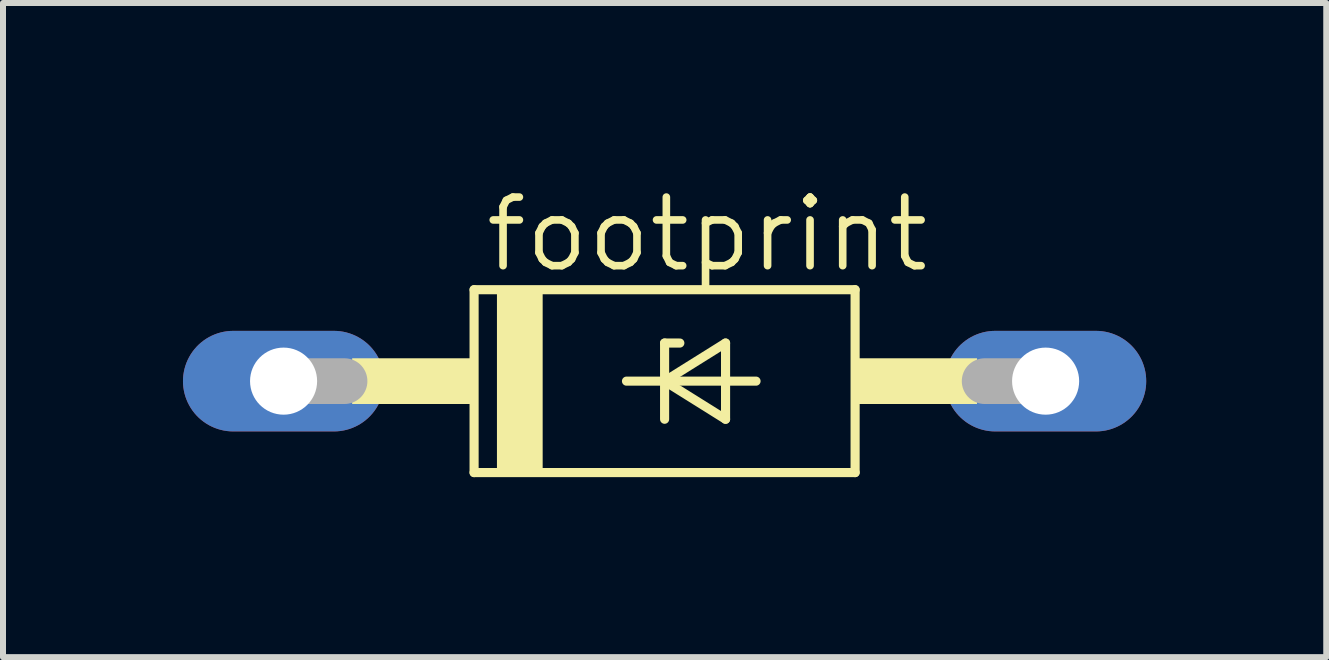
<source format=kicad_pcb>
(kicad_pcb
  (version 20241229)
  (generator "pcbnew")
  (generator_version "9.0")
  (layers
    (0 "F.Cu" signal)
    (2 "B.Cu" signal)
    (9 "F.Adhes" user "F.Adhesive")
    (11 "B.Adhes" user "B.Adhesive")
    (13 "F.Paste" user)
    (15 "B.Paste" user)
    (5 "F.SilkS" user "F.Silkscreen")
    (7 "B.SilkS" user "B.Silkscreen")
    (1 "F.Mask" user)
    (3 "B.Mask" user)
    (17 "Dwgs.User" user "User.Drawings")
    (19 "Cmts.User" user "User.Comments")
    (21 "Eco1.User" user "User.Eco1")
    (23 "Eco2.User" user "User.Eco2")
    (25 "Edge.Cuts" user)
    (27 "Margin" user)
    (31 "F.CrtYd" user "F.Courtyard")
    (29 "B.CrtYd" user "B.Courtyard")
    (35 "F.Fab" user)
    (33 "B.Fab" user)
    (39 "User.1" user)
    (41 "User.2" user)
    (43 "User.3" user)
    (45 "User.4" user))
  (footprint "footprint"
    (layer "F.Cu")
    (at 8.026 3.302)
    (property "Reference" "footprint" (at -3.048 -1.778 0) (layer "F.SilkS") (effects (font (size 1.143 1.143) (thickness 0.127)) (justify left bottom)))
    (fp_line (start -3.175 -1.524) (end -3.175 1.524) (stroke (width 0.152) (type solid)) (layer "F.SilkS"))
    (fp_line (start -3.175 1.524) (end 3.175 1.524) (stroke (width 0.152) (type solid)) (layer "F.SilkS"))
    (fp_line (start -0.635 0) (end 0 0) (stroke (width 0.152) (type solid)) (layer "F.SilkS"))
    (fp_line (start 0 -0.635) (end 0 0) (stroke (width 0.152) (type solid)) (layer "F.SilkS"))
    (fp_line (start 0 0) (end 0 0.635) (stroke (width 0.152) (type solid)) (layer "F.SilkS"))
    (fp_line (start 0 0) (end 1.016 -0.635) (stroke (width 0.152) (type solid)) (layer "F.SilkS"))
    (fp_line (start 0 0) (end 1.524 0) (stroke (width 0.152) (type solid)) (layer "F.SilkS"))
    (fp_line (start 0.254 -0.635) (end 0 -0.635) (stroke (width 0.152) (type solid)) (layer "F.SilkS"))
    (fp_line (start 1.016 -0.635) (end 1.016 0.635) (stroke (width 0.152) (type solid)) (layer "F.SilkS"))
    (fp_line (start 1.016 0.635) (end 0 0) (stroke (width 0.152) (type solid)) (layer "F.SilkS"))
    (fp_line (start 3.175 -1.524) (end -3.175 -1.524) (stroke (width 0.152) (type solid)) (layer "F.SilkS"))
    (fp_line (start 3.175 1.524) (end 3.175 -1.524) (stroke (width 0.152) (type solid)) (layer "F.SilkS"))
    (fp_poly (pts (xy -5.207 0.381) (xy -3.175 0.381) (xy -3.175 -0.381) (xy -5.207 -0.381)) (stroke (width 0) (type solid)) (fill yes) (layer "F.SilkS"))
    (fp_poly (pts (xy -2.794 1.524) (xy -2.032 1.524) (xy -2.032 -1.524) (xy -2.794 -1.524)) (stroke (width 0) (type solid)) (fill yes) (layer "F.SilkS"))
    (fp_poly (pts (xy 3.175 0.381) (xy 5.207 0.381) (xy 5.207 -0.381) (xy 3.175 -0.381)) (stroke (width 0) (type solid)) (fill yes) (layer "F.SilkS"))
    (fp_line (start -6.35 0) (end -5.334 0) (stroke (width 0.762) (type solid)) (layer "F.Fab"))
    (fp_line (start 6.35 0) (end 5.334 0) (stroke (width 0.762) (type solid)) (layer "F.Fab"))
    (pad "A" thru_hole oval (at 6.35 0) (size 3.353 1.676) (drill 1.118) (layers "*.Cu" "*.Mask"))
    (pad "C" thru_hole oval (at -6.35 0) (size 3.353 1.676) (drill 1.118) (layers "*.Cu" "*.Mask")))
  (gr_rect
    (start -3 -3)
    (end 19.053 7.902)
    (stroke (width 0.1) (type default))
    (fill no)
    (layer "Edge.Cuts")))
</source>
